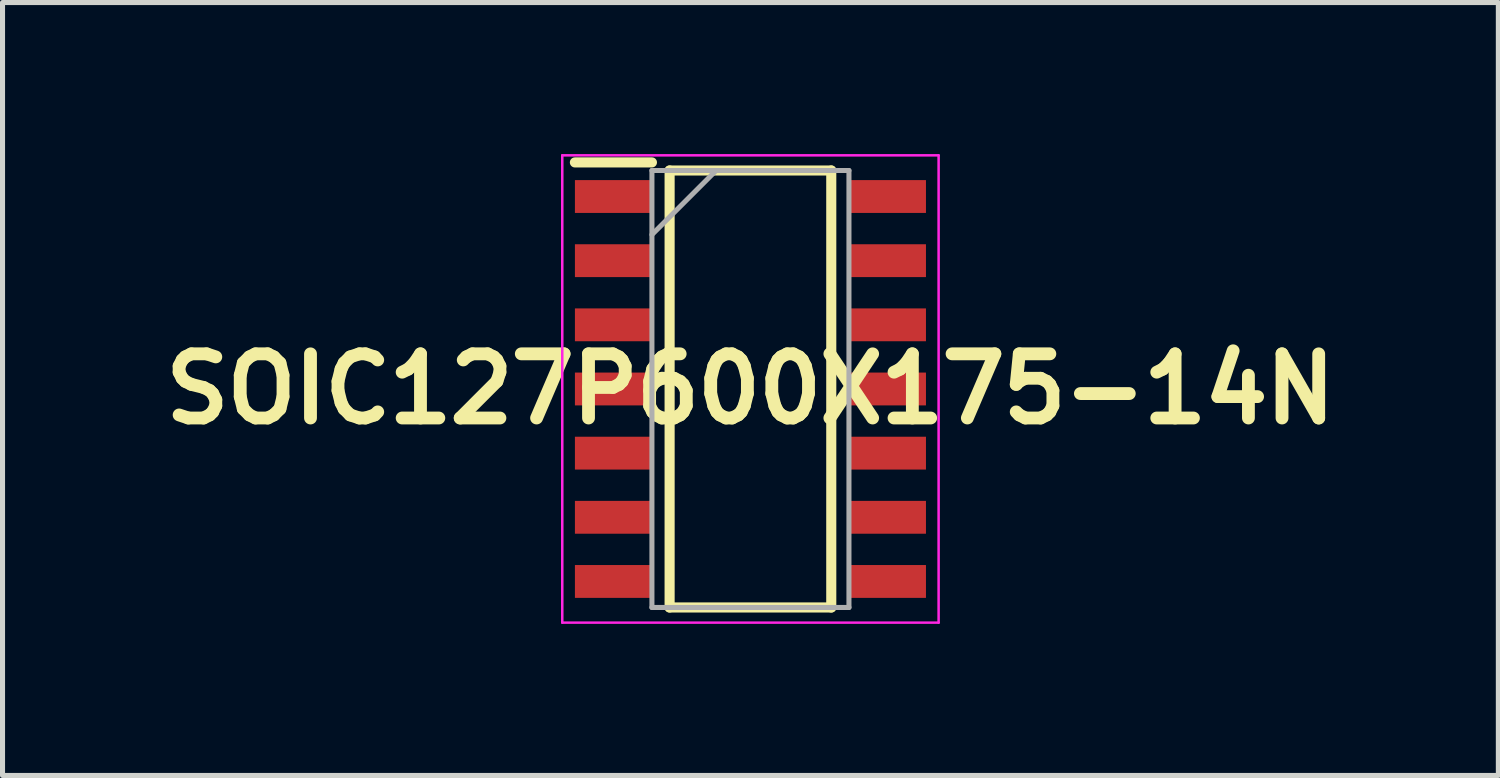
<source format=kicad_pcb>
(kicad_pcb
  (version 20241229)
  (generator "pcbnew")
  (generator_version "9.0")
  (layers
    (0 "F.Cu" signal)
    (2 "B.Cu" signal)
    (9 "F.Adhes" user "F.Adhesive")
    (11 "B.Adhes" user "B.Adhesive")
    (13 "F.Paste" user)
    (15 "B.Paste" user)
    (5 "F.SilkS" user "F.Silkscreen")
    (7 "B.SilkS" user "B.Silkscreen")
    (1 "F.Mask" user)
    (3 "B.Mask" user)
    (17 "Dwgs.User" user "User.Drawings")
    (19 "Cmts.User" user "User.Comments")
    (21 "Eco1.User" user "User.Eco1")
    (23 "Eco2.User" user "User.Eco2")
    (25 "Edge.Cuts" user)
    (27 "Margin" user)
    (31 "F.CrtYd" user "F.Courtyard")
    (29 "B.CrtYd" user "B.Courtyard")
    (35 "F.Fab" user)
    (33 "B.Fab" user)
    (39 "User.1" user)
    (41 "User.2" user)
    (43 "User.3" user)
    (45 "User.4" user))
  (footprint "SOIC127P600X175-14N"
    (layer "F.Cu")
    (at 11.805 4.65)
    (property "Reference" "SOIC127P600X175-14N" (at 0 0 0) (layer "F.SilkS") (effects (font (size 1.27 1.27) (thickness 0.254))))
    (attr smd)
    (fp_line (start -3.475 -4.485) (end -1.95 -4.485) (stroke (width 0.2) (type solid)) (layer "F.SilkS"))
    (fp_line (start -1.6 -4.325) (end 1.6 -4.325) (stroke (width 0.2) (type solid)) (layer "F.SilkS"))
    (fp_line (start -1.6 4.325) (end -1.6 -4.325) (stroke (width 0.2) (type solid)) (layer "F.SilkS"))
    (fp_line (start 1.6 -4.325) (end 1.6 4.325) (stroke (width 0.2) (type solid)) (layer "F.SilkS"))
    (fp_line (start 1.6 4.325) (end -1.6 4.325) (stroke (width 0.2) (type solid)) (layer "F.SilkS"))
    (fp_line (start -3.725 -4.625) (end 3.725 -4.625) (stroke (width 0.05) (type solid)) (layer "F.CrtYd"))
    (fp_line (start -3.725 4.625) (end -3.725 -4.625) (stroke (width 0.05) (type solid)) (layer "F.CrtYd"))
    (fp_line (start 3.725 -4.625) (end 3.725 4.625) (stroke (width 0.05) (type solid)) (layer "F.CrtYd"))
    (fp_line (start 3.725 4.625) (end -3.725 4.625) (stroke (width 0.05) (type solid)) (layer "F.CrtYd"))
    (fp_line (start -1.95 -4.325) (end 1.95 -4.325) (stroke (width 0.1) (type solid)) (layer "F.Fab"))
    (fp_line (start -1.95 -3.055) (end -0.68 -4.325) (stroke (width 0.1) (type solid)) (layer "F.Fab"))
    (fp_line (start -1.95 4.325) (end -1.95 -4.325) (stroke (width 0.1) (type solid)) (layer "F.Fab"))
    (fp_line (start 1.95 -4.325) (end 1.95 4.325) (stroke (width 0.1) (type solid)) (layer "F.Fab"))
    (fp_line (start 1.95 4.325) (end -1.95 4.325) (stroke (width 0.1) (type solid)) (layer "F.Fab"))
    (pad "1" smd rect (at -2.712 -3.81 90) (size 0.65 1.525) (layers "F.Cu" "F.Mask" "F.Paste"))
    (pad "2" smd rect (at -2.712 -2.54 90) (size 0.65 1.525) (layers "F.Cu" "F.Mask" "F.Paste"))
    (pad "3" smd rect (at -2.712 -1.27 90) (size 0.65 1.525) (layers "F.Cu" "F.Mask" "F.Paste"))
    (pad "4" smd rect (at -2.712 0 90) (size 0.65 1.525) (layers "F.Cu" "F.Mask" "F.Paste"))
    (pad "5" smd rect (at -2.712 1.27 90) (size 0.65 1.525) (layers "F.Cu" "F.Mask" "F.Paste"))
    (pad "6" smd rect (at -2.712 2.54 90) (size 0.65 1.525) (layers "F.Cu" "F.Mask" "F.Paste"))
    (pad "7" smd rect (at -2.712 3.81 90) (size 0.65 1.525) (layers "F.Cu" "F.Mask" "F.Paste"))
    (pad "8" smd rect (at 2.712 3.81 90) (size 0.65 1.525) (layers "F.Cu" "F.Mask" "F.Paste"))
    (pad "9" smd rect (at 2.712 2.54 90) (size 0.65 1.525) (layers "F.Cu" "F.Mask" "F.Paste"))
    (pad "10" smd rect (at 2.712 1.27 90) (size 0.65 1.525) (layers "F.Cu" "F.Mask" "F.Paste"))
    (pad "11" smd rect (at 2.712 0 90) (size 0.65 1.525) (layers "F.Cu" "F.Mask" "F.Paste"))
    (pad "12" smd rect (at 2.712 -1.27 90) (size 0.65 1.525) (layers "F.Cu" "F.Mask" "F.Paste"))
    (pad "13" smd rect (at 2.712 -2.54 90) (size 0.65 1.525) (layers "F.Cu" "F.Mask" "F.Paste"))
    (pad "14" smd rect (at 2.712 -3.81 90) (size 0.65 1.525) (layers "F.Cu" "F.Mask" "F.Paste")))
  (gr_rect
    (start -3 -3)
    (end 26.61 12.3)
    (stroke (width 0.1) (type default))
    (fill no)
    (layer "Edge.Cuts")))
</source>
